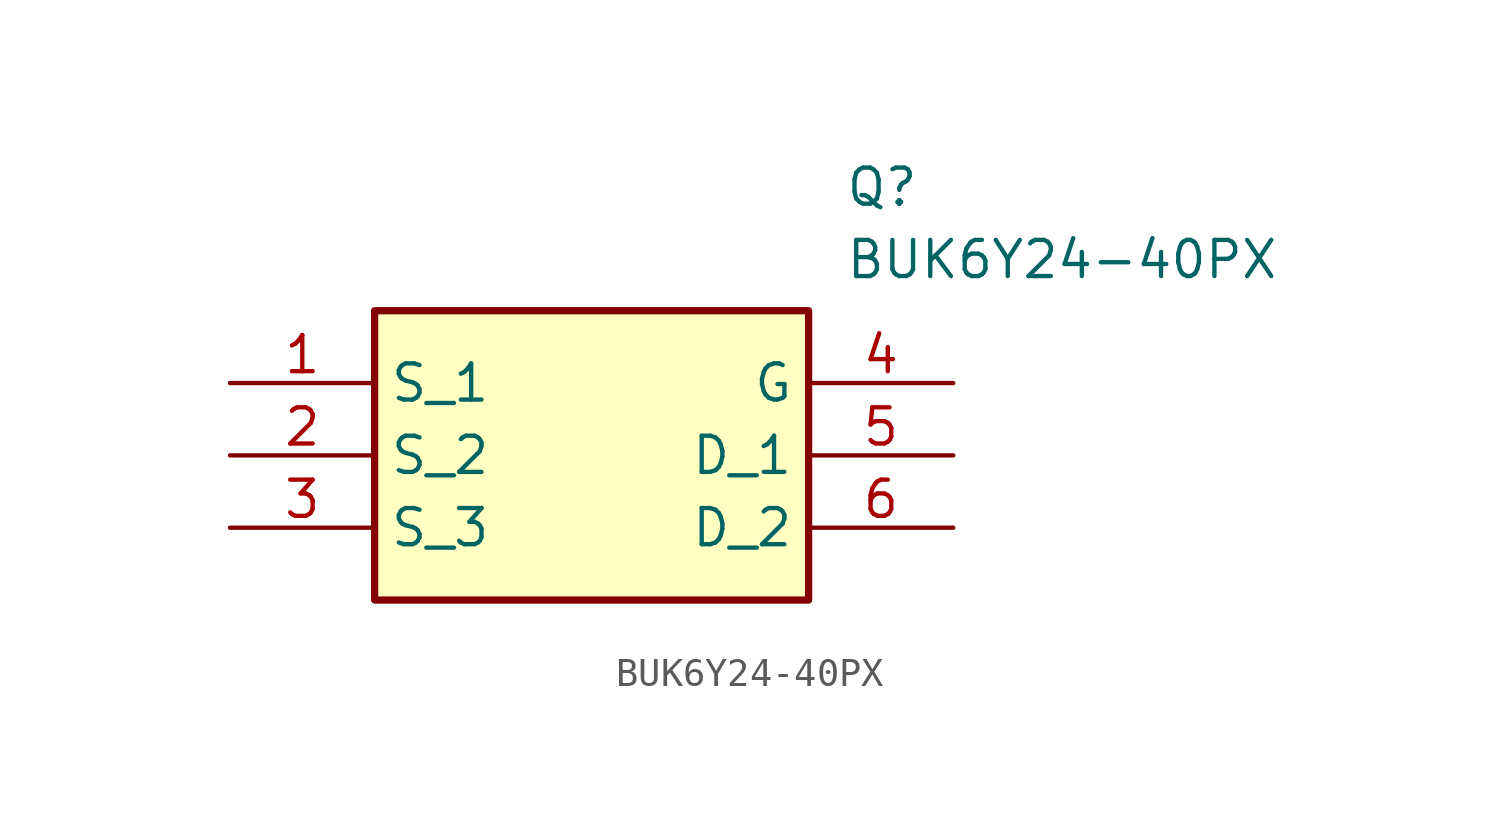
<source format=kicad_sym>
(kicad_symbol_lib
  (version 20211014)
  (generator SamacSys_ECAD_Model)
  (symbol "BUK6Y24-40PX"
    (property "Reference" "Q"
      (at 21.59 7.62 0)
      (effects (font (size 1.27 1.27)) (justify left top)))
    (property "Value" "BUK6Y24-40PX"
      (at 21.59 5.08 0)
      (effects (font (size 1.27 1.27)) (justify left top)))
    (rectangle
      (start 5.08 2.54)
      (end 20.32 -7.62)
      (stroke (width 0.254) (type default))
      (fill (type background)))
    (pin passive line
      (at 0 0 0)
      (length 5.08)
      (name "S_1" (effects (font (size 1.27 1.27))))
      (number "1" (effects (font (size 1.27 1.27)))))
    (pin passive line
      (at 0 -2.54 0)
      (length 5.08)
      (name "S_2" (effects (font (size 1.27 1.27))))
      (number "2" (effects (font (size 1.27 1.27)))))
    (pin passive line
      (at 0 -5.08 0)
      (length 5.08)
      (name "S_3" (effects (font (size 1.27 1.27))))
      (number "3" (effects (font (size 1.27 1.27)))))
    (pin passive line
      (at 25.4 0 180)
      (length 5.08)
      (name "G" (effects (font (size 1.27 1.27))))
      (number "4" (effects (font (size 1.27 1.27)))))
    (pin passive line
      (at 25.4 -2.54 180)
      (length 5.08)
      (name "D_1" (effects (font (size 1.27 1.27))))
      (number "5" (effects (font (size 1.27 1.27)))))
    (pin passive line
      (at 25.4 -5.08 180)
      (length 5.08)
      (name "D_2" (effects (font (size 1.27 1.27))))
      (number "6" (effects (font (size 1.27 1.27)))))))
</source>
